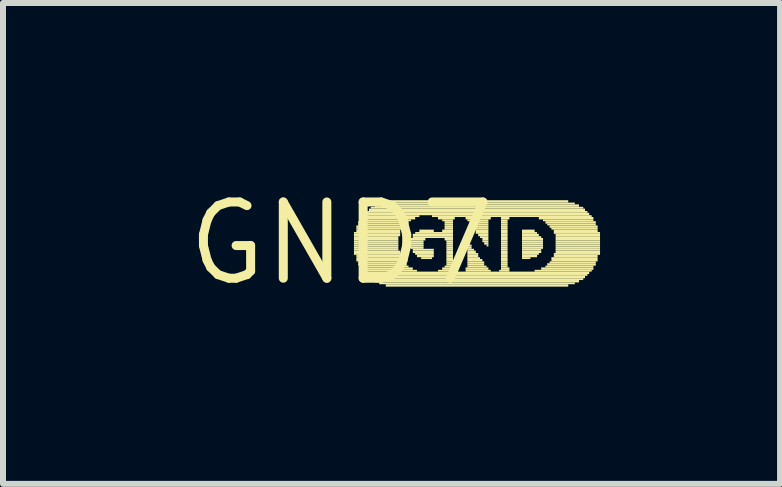
<source format=kicad_pcb>
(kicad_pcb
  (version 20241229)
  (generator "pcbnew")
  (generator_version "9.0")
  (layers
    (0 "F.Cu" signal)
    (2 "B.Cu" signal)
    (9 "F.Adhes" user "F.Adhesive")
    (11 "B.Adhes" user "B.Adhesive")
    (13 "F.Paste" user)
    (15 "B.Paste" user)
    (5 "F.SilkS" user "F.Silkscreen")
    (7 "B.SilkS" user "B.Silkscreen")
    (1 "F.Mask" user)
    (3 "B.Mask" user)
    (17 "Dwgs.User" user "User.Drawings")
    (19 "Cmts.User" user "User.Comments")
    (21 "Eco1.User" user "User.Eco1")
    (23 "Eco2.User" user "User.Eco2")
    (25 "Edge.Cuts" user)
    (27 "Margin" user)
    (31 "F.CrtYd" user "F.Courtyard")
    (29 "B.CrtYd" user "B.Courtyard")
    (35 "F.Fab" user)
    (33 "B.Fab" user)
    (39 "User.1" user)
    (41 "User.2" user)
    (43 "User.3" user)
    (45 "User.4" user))
  (footprint "GND7"
    (layer "F.Cu")
    (at 2.638 1.006)
    (property "Reference" "GND7" (at 0 0 0) (layer "F.SilkS") (effects (font (size 1.27 1.27) (thickness 0.15))))
    (fp_poly (pts (xy 0.21 -0.16) (xy 0.98 -0.16) (xy 0.98 -0.19) (xy 0.21 -0.19)) (stroke (width 0) (type solid)) (fill yes) (layer "F.SilkS"))
    (fp_poly (pts (xy 0.21 -0.12) (xy 0.98 -0.12) (xy 0.98 -0.16) (xy 0.21 -0.16)) (stroke (width 0) (type solid)) (fill yes) (layer "F.SilkS"))
    (fp_poly (pts (xy 0.21 -0.09) (xy 0.95 -0.09) (xy 0.95 -0.12) (xy 0.21 -0.12)) (stroke (width 0) (type solid)) (fill yes) (layer "F.SilkS"))
    (fp_poly (pts (xy 0.21 -0.05) (xy 0.95 -0.05) (xy 0.95 -0.09) (xy 0.21 -0.09)) (stroke (width 0) (type solid)) (fill yes) (layer "F.SilkS"))
    (fp_poly (pts (xy 0.21 -0.02) (xy 0.95 -0.02) (xy 0.95 -0.05) (xy 0.21 -0.05)) (stroke (width 0) (type solid)) (fill yes) (layer "F.SilkS"))
    (fp_poly (pts (xy 0.21 0.02) (xy 0.95 0.02) (xy 0.95 -0.02) (xy 0.21 -0.02)) (stroke (width 0) (type solid)) (fill yes) (layer "F.SilkS"))
    (fp_poly (pts (xy 0.21 0.05) (xy 0.95 0.05) (xy 0.95 0.02) (xy 0.21 0.02)) (stroke (width 0) (type solid)) (fill yes) (layer "F.SilkS"))
    (fp_poly (pts (xy 0.21 0.09) (xy 0.95 0.09) (xy 0.95 0.05) (xy 0.21 0.05)) (stroke (width 0) (type solid)) (fill yes) (layer "F.SilkS"))
    (fp_poly (pts (xy 0.21 0.12) (xy 0.95 0.12) (xy 0.95 0.09) (xy 0.21 0.09)) (stroke (width 0) (type solid)) (fill yes) (layer "F.SilkS"))
    (fp_poly (pts (xy 0.21 0.16) (xy 0.98 0.16) (xy 0.98 0.12) (xy 0.21 0.12)) (stroke (width 0) (type solid)) (fill yes) (layer "F.SilkS"))
    (fp_poly (pts (xy 0.21 0.19) (xy 0.98 0.19) (xy 0.98 0.16) (xy 0.21 0.16)) (stroke (width 0) (type solid)) (fill yes) (layer "F.SilkS"))
    (fp_poly (pts (xy 0.25 -0.26) (xy 1.05 -0.26) (xy 1.05 -0.3) (xy 0.25 -0.3)) (stroke (width 0) (type solid)) (fill yes) (layer "F.SilkS"))
    (fp_poly (pts (xy 0.25 -0.23) (xy 1.02 -0.23) (xy 1.02 -0.26) (xy 0.25 -0.26)) (stroke (width 0) (type solid)) (fill yes) (layer "F.SilkS"))
    (fp_poly (pts (xy 0.25 -0.19) (xy 0.98 -0.19) (xy 0.98 -0.23) (xy 0.25 -0.23)) (stroke (width 0) (type solid)) (fill yes) (layer "F.SilkS"))
    (fp_poly (pts (xy 0.25 0.23) (xy 0.98 0.23) (xy 0.98 0.19) (xy 0.25 0.19)) (stroke (width 0) (type solid)) (fill yes) (layer "F.SilkS"))
    (fp_poly (pts (xy 0.25 0.26) (xy 1.02 0.26) (xy 1.02 0.23) (xy 0.25 0.23)) (stroke (width 0) (type solid)) (fill yes) (layer "F.SilkS"))
    (fp_poly (pts (xy 0.25 0.3) (xy 1.02 0.3) (xy 1.02 0.26) (xy 0.25 0.26)) (stroke (width 0) (type solid)) (fill yes) (layer "F.SilkS"))
    (fp_poly (pts (xy 0.28 -0.33) (xy 1.12 -0.33) (xy 1.12 -0.37) (xy 0.28 -0.37)) (stroke (width 0) (type solid)) (fill yes) (layer "F.SilkS"))
    (fp_poly (pts (xy 0.28 -0.3) (xy 1.05 -0.3) (xy 1.05 -0.33) (xy 0.28 -0.33)) (stroke (width 0) (type solid)) (fill yes) (layer "F.SilkS"))
    (fp_poly (pts (xy 0.28 0.33) (xy 1.05 0.33) (xy 1.05 0.3) (xy 0.28 0.3)) (stroke (width 0) (type solid)) (fill yes) (layer "F.SilkS"))
    (fp_poly (pts (xy 0.28 0.37) (xy 1.09 0.37) (xy 1.09 0.33) (xy 0.28 0.33)) (stroke (width 0) (type solid)) (fill yes) (layer "F.SilkS"))
    (fp_poly (pts (xy 0.32 -0.4) (xy 1.23 -0.4) (xy 1.23 -0.44) (xy 0.32 -0.44)) (stroke (width 0) (type solid)) (fill yes) (layer "F.SilkS"))
    (fp_poly (pts (xy 0.32 -0.37) (xy 1.16 -0.37) (xy 1.16 -0.4) (xy 0.32 -0.4)) (stroke (width 0) (type solid)) (fill yes) (layer "F.SilkS"))
    (fp_poly (pts (xy 0.32 0.4) (xy 1.12 0.4) (xy 1.12 0.37) (xy 0.32 0.37)) (stroke (width 0) (type solid)) (fill yes) (layer "F.SilkS"))
    (fp_poly (pts (xy 0.32 0.44) (xy 1.19 0.44) (xy 1.19 0.4) (xy 0.32 0.4)) (stroke (width 0) (type solid)) (fill yes) (layer "F.SilkS"))
    (fp_poly (pts (xy 0.35 -0.44) (xy 1.3 -0.44) (xy 1.3 -0.47) (xy 0.35 -0.47)) (stroke (width 0) (type solid)) (fill yes) (layer "F.SilkS"))
    (fp_poly (pts (xy 0.35 0.47) (xy 1.26 0.47) (xy 1.26 0.44) (xy 0.35 0.44)) (stroke (width 0) (type solid)) (fill yes) (layer "F.SilkS"))
    (fp_poly (pts (xy 0.39 -0.47) (xy 4.13 -0.47) (xy 4.13 -0.51) (xy 0.39 -0.51)) (stroke (width 0) (type solid)) (fill yes) (layer "F.SilkS"))
    (fp_poly (pts (xy 0.39 0.51) (xy 4.13 0.51) (xy 4.13 0.47) (xy 0.39 0.47)) (stroke (width 0) (type solid)) (fill yes) (layer "F.SilkS"))
    (fp_poly (pts (xy 0.42 -0.51) (xy 4.1 -0.51) (xy 4.1 -0.54) (xy 0.42 -0.54)) (stroke (width 0) (type solid)) (fill yes) (layer "F.SilkS"))
    (fp_poly (pts (xy 0.42 0.54) (xy 4.1 0.54) (xy 4.1 0.51) (xy 0.42 0.51)) (stroke (width 0) (type solid)) (fill yes) (layer "F.SilkS"))
    (fp_poly (pts (xy 0.46 -0.54) (xy 4.06 -0.54) (xy 4.06 -0.58) (xy 0.46 -0.58)) (stroke (width 0) (type solid)) (fill yes) (layer "F.SilkS"))
    (fp_poly (pts (xy 0.46 0.58) (xy 4.06 0.58) (xy 4.06 0.54) (xy 0.46 0.54)) (stroke (width 0) (type solid)) (fill yes) (layer "F.SilkS"))
    (fp_poly (pts (xy 0.49 -0.58) (xy 4.03 -0.58) (xy 4.03 -0.61) (xy 0.49 -0.61)) (stroke (width 0) (type solid)) (fill yes) (layer "F.SilkS"))
    (fp_poly (pts (xy 0.49 0.61) (xy 4.03 0.61) (xy 4.03 0.58) (xy 0.49 0.58)) (stroke (width 0) (type solid)) (fill yes) (layer "F.SilkS"))
    (fp_poly (pts (xy 0.56 -0.61) (xy 3.96 -0.61) (xy 3.96 -0.65) (xy 0.56 -0.65)) (stroke (width 0) (type solid)) (fill yes) (layer "F.SilkS"))
    (fp_poly (pts (xy 0.56 0.65) (xy 3.96 0.65) (xy 3.96 0.61) (xy 0.56 0.61)) (stroke (width 0) (type solid)) (fill yes) (layer "F.SilkS"))
    (fp_poly (pts (xy 0.63 -0.65) (xy 3.89 -0.65) (xy 3.89 -0.68) (xy 0.63 -0.68)) (stroke (width 0) (type solid)) (fill yes) (layer "F.SilkS"))
    (fp_poly (pts (xy 0.63 0.68) (xy 3.89 0.68) (xy 3.89 0.65) (xy 0.63 0.65)) (stroke (width 0) (type solid)) (fill yes) (layer "F.SilkS"))
    (fp_poly (pts (xy 0.74 -0.68) (xy 3.78 -0.68) (xy 3.78 -0.72) (xy 0.74 -0.72)) (stroke (width 0) (type solid)) (fill yes) (layer "F.SilkS"))
    (fp_poly (pts (xy 0.74 0.72) (xy 3.78 0.72) (xy 3.78 0.68) (xy 0.74 0.68)) (stroke (width 0) (type solid)) (fill yes) (layer "F.SilkS"))
    (fp_poly (pts (xy 1.16 -0.05) (xy 1.4 -0.05) (xy 1.4 -0.09) (xy 1.16 -0.09)) (stroke (width 0) (type solid)) (fill yes) (layer "F.SilkS"))
    (fp_poly (pts (xy 1.16 -0.02) (xy 1.37 -0.02) (xy 1.37 -0.05) (xy 1.16 -0.05)) (stroke (width 0) (type solid)) (fill yes) (layer "F.SilkS"))
    (fp_poly (pts (xy 1.16 0.02) (xy 1.37 0.02) (xy 1.37 -0.02) (xy 1.16 -0.02)) (stroke (width 0) (type solid)) (fill yes) (layer "F.SilkS"))
    (fp_poly (pts (xy 1.16 0.05) (xy 1.37 0.05) (xy 1.37 0.02) (xy 1.16 0.02)) (stroke (width 0) (type solid)) (fill yes) (layer "F.SilkS"))
    (fp_poly (pts (xy 1.16 0.09) (xy 1.37 0.09) (xy 1.37 0.05) (xy 1.16 0.05)) (stroke (width 0) (type solid)) (fill yes) (layer "F.SilkS"))
    (fp_poly (pts (xy 1.19 -0.12) (xy 1.86 -0.12) (xy 1.86 -0.16) (xy 1.19 -0.16)) (stroke (width 0) (type solid)) (fill yes) (layer "F.SilkS"))
    (fp_poly (pts (xy 1.19 -0.09) (xy 1.86 -0.09) (xy 1.86 -0.12) (xy 1.19 -0.12)) (stroke (width 0) (type solid)) (fill yes) (layer "F.SilkS"))
    (fp_poly (pts (xy 1.19 0.12) (xy 1.54 0.12) (xy 1.54 0.09) (xy 1.19 0.09)) (stroke (width 0) (type solid)) (fill yes) (layer "F.SilkS"))
    (fp_poly (pts (xy 1.19 0.16) (xy 1.54 0.16) (xy 1.54 0.12) (xy 1.19 0.12)) (stroke (width 0) (type solid)) (fill yes) (layer "F.SilkS"))
    (fp_poly (pts (xy 1.23 -0.16) (xy 1.86 -0.16) (xy 1.86 -0.19) (xy 1.23 -0.19)) (stroke (width 0) (type solid)) (fill yes) (layer "F.SilkS"))
    (fp_poly (pts (xy 1.23 0.19) (xy 1.54 0.19) (xy 1.54 0.16) (xy 1.23 0.16)) (stroke (width 0) (type solid)) (fill yes) (layer "F.SilkS"))
    (fp_poly (pts (xy 1.26 0.23) (xy 1.54 0.23) (xy 1.54 0.19) (xy 1.26 0.19)) (stroke (width 0) (type solid)) (fill yes) (layer "F.SilkS"))
    (fp_poly (pts (xy 1.3 -0.19) (xy 1.54 -0.19) (xy 1.54 -0.23) (xy 1.3 -0.23)) (stroke (width 0) (type solid)) (fill yes) (layer "F.SilkS"))
    (fp_poly (pts (xy 1.33 0.26) (xy 1.51 0.26) (xy 1.51 0.23) (xy 1.33 0.23)) (stroke (width 0) (type solid)) (fill yes) (layer "F.SilkS"))
    (fp_poly (pts (xy 1.51 -0.44) (xy 4.17 -0.44) (xy 4.17 -0.47) (xy 1.51 -0.47)) (stroke (width 0) (type solid)) (fill yes) (layer "F.SilkS"))
    (fp_poly (pts (xy 1.61 -0.4) (xy 1.89 -0.4) (xy 1.89 -0.44) (xy 1.61 -0.44)) (stroke (width 0) (type solid)) (fill yes) (layer "F.SilkS"))
    (fp_poly (pts (xy 1.61 0.47) (xy 1.89 0.47) (xy 1.89 0.44) (xy 1.61 0.44)) (stroke (width 0) (type solid)) (fill yes) (layer "F.SilkS"))
    (fp_poly (pts (xy 1.68 -0.37) (xy 1.86 -0.37) (xy 1.86 -0.4) (xy 1.68 -0.4)) (stroke (width 0) (type solid)) (fill yes) (layer "F.SilkS"))
    (fp_poly (pts (xy 1.68 -0.19) (xy 1.86 -0.19) (xy 1.86 -0.23) (xy 1.68 -0.23)) (stroke (width 0) (type solid)) (fill yes) (layer "F.SilkS"))
    (fp_poly (pts (xy 1.68 0.44) (xy 1.89 0.44) (xy 1.89 0.4) (xy 1.68 0.4)) (stroke (width 0) (type solid)) (fill yes) (layer "F.SilkS"))
    (fp_poly (pts (xy 1.72 -0.33) (xy 1.86 -0.33) (xy 1.86 -0.37) (xy 1.72 -0.37)) (stroke (width 0) (type solid)) (fill yes) (layer "F.SilkS"))
    (fp_poly (pts (xy 1.72 -0.3) (xy 1.86 -0.3) (xy 1.86 -0.33) (xy 1.72 -0.33)) (stroke (width 0) (type solid)) (fill yes) (layer "F.SilkS"))
    (fp_poly (pts (xy 1.72 -0.26) (xy 1.86 -0.26) (xy 1.86 -0.3) (xy 1.72 -0.3)) (stroke (width 0) (type solid)) (fill yes) (layer "F.SilkS"))
    (fp_poly (pts (xy 1.72 -0.23) (xy 1.86 -0.23) (xy 1.86 -0.26) (xy 1.72 -0.26)) (stroke (width 0) (type solid)) (fill yes) (layer "F.SilkS"))
    (fp_poly (pts (xy 1.72 -0.05) (xy 1.86 -0.05) (xy 1.86 -0.09) (xy 1.72 -0.09)) (stroke (width 0) (type solid)) (fill yes) (layer "F.SilkS"))
    (fp_poly (pts (xy 1.72 0.4) (xy 1.86 0.4) (xy 1.86 0.37) (xy 1.72 0.37)) (stroke (width 0) (type solid)) (fill yes) (layer "F.SilkS"))
    (fp_poly (pts (xy 1.75 -0.02) (xy 1.86 -0.02) (xy 1.86 -0.05) (xy 1.75 -0.05)) (stroke (width 0) (type solid)) (fill yes) (layer "F.SilkS"))
    (fp_poly (pts (xy 1.75 0.02) (xy 1.86 0.02) (xy 1.86 -0.02) (xy 1.75 -0.02)) (stroke (width 0) (type solid)) (fill yes) (layer "F.SilkS"))
    (fp_poly (pts (xy 1.75 0.05) (xy 1.86 0.05) (xy 1.86 0.02) (xy 1.75 0.02)) (stroke (width 0) (type solid)) (fill yes) (layer "F.SilkS"))
    (fp_poly (pts (xy 1.75 0.09) (xy 1.86 0.09) (xy 1.86 0.05) (xy 1.75 0.05)) (stroke (width 0) (type solid)) (fill yes) (layer "F.SilkS"))
    (fp_poly (pts (xy 1.75 0.12) (xy 1.86 0.12) (xy 1.86 0.09) (xy 1.75 0.09)) (stroke (width 0) (type solid)) (fill yes) (layer "F.SilkS"))
    (fp_poly (pts (xy 1.75 0.16) (xy 1.86 0.16) (xy 1.86 0.12) (xy 1.75 0.12)) (stroke (width 0) (type solid)) (fill yes) (layer "F.SilkS"))
    (fp_poly (pts (xy 1.75 0.19) (xy 1.86 0.19) (xy 1.86 0.16) (xy 1.75 0.16)) (stroke (width 0) (type solid)) (fill yes) (layer "F.SilkS"))
    (fp_poly (pts (xy 1.75 0.23) (xy 1.86 0.23) (xy 1.86 0.19) (xy 1.75 0.19)) (stroke (width 0) (type solid)) (fill yes) (layer "F.SilkS"))
    (fp_poly (pts (xy 1.75 0.26) (xy 1.86 0.26) (xy 1.86 0.23) (xy 1.75 0.23)) (stroke (width 0) (type solid)) (fill yes) (layer "F.SilkS"))
    (fp_poly (pts (xy 1.75 0.3) (xy 1.86 0.3) (xy 1.86 0.26) (xy 1.75 0.26)) (stroke (width 0) (type solid)) (fill yes) (layer "F.SilkS"))
    (fp_poly (pts (xy 1.75 0.33) (xy 1.86 0.33) (xy 1.86 0.3) (xy 1.75 0.3)) (stroke (width 0) (type solid)) (fill yes) (layer "F.SilkS"))
    (fp_poly (pts (xy 1.75 0.37) (xy 1.86 0.37) (xy 1.86 0.33) (xy 1.75 0.33)) (stroke (width 0) (type solid)) (fill yes) (layer "F.SilkS"))
    (fp_poly (pts (xy 2.07 -0.4) (xy 2.49 -0.4) (xy 2.49 -0.44) (xy 2.07 -0.44)) (stroke (width 0) (type solid)) (fill yes) (layer "F.SilkS"))
    (fp_poly (pts (xy 2.07 0.44) (xy 2.45 0.44) (xy 2.45 0.4) (xy 2.07 0.4)) (stroke (width 0) (type solid)) (fill yes) (layer "F.SilkS"))
    (fp_poly (pts (xy 2.07 0.47) (xy 2.49 0.47) (xy 2.49 0.44) (xy 2.07 0.44)) (stroke (width 0) (type solid)) (fill yes) (layer "F.SilkS"))
    (fp_poly (pts (xy 2.1 -0.37) (xy 2.45 -0.37) (xy 2.45 -0.4) (xy 2.1 -0.4)) (stroke (width 0) (type solid)) (fill yes) (layer "F.SilkS"))
    (fp_poly (pts (xy 2.1 0.02) (xy 2.14 0.02) (xy 2.14 -0.02) (xy 2.1 -0.02)) (stroke (width 0) (type solid)) (fill yes) (layer "F.SilkS"))
    (fp_poly (pts (xy 2.1 0.05) (xy 2.17 0.05) (xy 2.17 0.02) (xy 2.1 0.02)) (stroke (width 0) (type solid)) (fill yes) (layer "F.SilkS"))
    (fp_poly (pts (xy 2.1 0.09) (xy 2.17 0.09) (xy 2.17 0.05) (xy 2.1 0.05)) (stroke (width 0) (type solid)) (fill yes) (layer "F.SilkS"))
    (fp_poly (pts (xy 2.1 0.12) (xy 2.21 0.12) (xy 2.21 0.09) (xy 2.1 0.09)) (stroke (width 0) (type solid)) (fill yes) (layer "F.SilkS"))
    (fp_poly (pts (xy 2.1 0.16) (xy 2.24 0.16) (xy 2.24 0.12) (xy 2.1 0.12)) (stroke (width 0) (type solid)) (fill yes) (layer "F.SilkS"))
    (fp_poly (pts (xy 2.1 0.19) (xy 2.28 0.19) (xy 2.28 0.16) (xy 2.1 0.16)) (stroke (width 0) (type solid)) (fill yes) (layer "F.SilkS"))
    (fp_poly (pts (xy 2.1 0.23) (xy 2.28 0.23) (xy 2.28 0.19) (xy 2.1 0.19)) (stroke (width 0) (type solid)) (fill yes) (layer "F.SilkS"))
    (fp_poly (pts (xy 2.1 0.26) (xy 2.31 0.26) (xy 2.31 0.23) (xy 2.1 0.23)) (stroke (width 0) (type solid)) (fill yes) (layer "F.SilkS"))
    (fp_poly (pts (xy 2.1 0.3) (xy 2.35 0.3) (xy 2.35 0.26) (xy 2.1 0.26)) (stroke (width 0) (type solid)) (fill yes) (layer "F.SilkS"))
    (fp_poly (pts (xy 2.1 0.33) (xy 2.38 0.33) (xy 2.38 0.3) (xy 2.1 0.3)) (stroke (width 0) (type solid)) (fill yes) (layer "F.SilkS"))
    (fp_poly (pts (xy 2.1 0.37) (xy 2.38 0.37) (xy 2.38 0.33) (xy 2.1 0.33)) (stroke (width 0) (type solid)) (fill yes) (layer "F.SilkS"))
    (fp_poly (pts (xy 2.1 0.4) (xy 2.42 0.4) (xy 2.42 0.37) (xy 2.1 0.37)) (stroke (width 0) (type solid)) (fill yes) (layer "F.SilkS"))
    (fp_poly (pts (xy 2.14 -0.33) (xy 2.45 -0.33) (xy 2.45 -0.37) (xy 2.14 -0.37)) (stroke (width 0) (type solid)) (fill yes) (layer "F.SilkS"))
    (fp_poly (pts (xy 2.14 -0.3) (xy 2.45 -0.3) (xy 2.45 -0.33) (xy 2.14 -0.33)) (stroke (width 0) (type solid)) (fill yes) (layer "F.SilkS"))
    (fp_poly (pts (xy 2.17 -0.26) (xy 2.45 -0.26) (xy 2.45 -0.3) (xy 2.17 -0.3)) (stroke (width 0) (type solid)) (fill yes) (layer "F.SilkS"))
    (fp_poly (pts (xy 2.21 -0.23) (xy 2.45 -0.23) (xy 2.45 -0.26) (xy 2.21 -0.26)) (stroke (width 0) (type solid)) (fill yes) (layer "F.SilkS"))
    (fp_poly (pts (xy 2.24 -0.19) (xy 2.45 -0.19) (xy 2.45 -0.23) (xy 2.24 -0.23)) (stroke (width 0) (type solid)) (fill yes) (layer "F.SilkS"))
    (fp_poly (pts (xy 2.24 -0.16) (xy 2.45 -0.16) (xy 2.45 -0.19) (xy 2.24 -0.19)) (stroke (width 0) (type solid)) (fill yes) (layer "F.SilkS"))
    (fp_poly (pts (xy 2.28 -0.12) (xy 2.45 -0.12) (xy 2.45 -0.16) (xy 2.28 -0.16)) (stroke (width 0) (type solid)) (fill yes) (layer "F.SilkS"))
    (fp_poly (pts (xy 2.31 -0.09) (xy 2.45 -0.09) (xy 2.45 -0.12) (xy 2.31 -0.12)) (stroke (width 0) (type solid)) (fill yes) (layer "F.SilkS"))
    (fp_poly (pts (xy 2.35 -0.05) (xy 2.45 -0.05) (xy 2.45 -0.09) (xy 2.35 -0.09)) (stroke (width 0) (type solid)) (fill yes) (layer "F.SilkS"))
    (fp_poly (pts (xy 2.35 -0.02) (xy 2.45 -0.02) (xy 2.45 -0.05) (xy 2.35 -0.05)) (stroke (width 0) (type solid)) (fill yes) (layer "F.SilkS"))
    (fp_poly (pts (xy 2.38 0.02) (xy 2.45 0.02) (xy 2.45 -0.02) (xy 2.38 -0.02)) (stroke (width 0) (type solid)) (fill yes) (layer "F.SilkS"))
    (fp_poly (pts (xy 2.42 0.05) (xy 2.45 0.05) (xy 2.45 0.02) (xy 2.42 0.02)) (stroke (width 0) (type solid)) (fill yes) (layer "F.SilkS"))
    (fp_poly (pts (xy 2.63 0.47) (xy 2.8 0.47) (xy 2.8 0.44) (xy 2.63 0.44)) (stroke (width 0) (type solid)) (fill yes) (layer "F.SilkS"))
    (fp_poly (pts (xy 2.66 -0.4) (xy 2.8 -0.4) (xy 2.8 -0.44) (xy 2.66 -0.44)) (stroke (width 0) (type solid)) (fill yes) (layer "F.SilkS"))
    (fp_poly (pts (xy 2.66 -0.37) (xy 2.77 -0.37) (xy 2.77 -0.4) (xy 2.66 -0.4)) (stroke (width 0) (type solid)) (fill yes) (layer "F.SilkS"))
    (fp_poly (pts (xy 2.66 -0.33) (xy 2.77 -0.33) (xy 2.77 -0.37) (xy 2.66 -0.37)) (stroke (width 0) (type solid)) (fill yes) (layer "F.SilkS"))
    (fp_poly (pts (xy 2.66 -0.3) (xy 2.77 -0.3) (xy 2.77 -0.33) (xy 2.66 -0.33)) (stroke (width 0) (type solid)) (fill yes) (layer "F.SilkS"))
    (fp_poly (pts (xy 2.66 -0.26) (xy 2.77 -0.26) (xy 2.77 -0.3) (xy 2.66 -0.3)) (stroke (width 0) (type solid)) (fill yes) (layer "F.SilkS"))
    (fp_poly (pts (xy 2.66 -0.23) (xy 2.77 -0.23) (xy 2.77 -0.26) (xy 2.66 -0.26)) (stroke (width 0) (type solid)) (fill yes) (layer "F.SilkS"))
    (fp_poly (pts (xy 2.66 -0.19) (xy 2.77 -0.19) (xy 2.77 -0.23) (xy 2.66 -0.23)) (stroke (width 0) (type solid)) (fill yes) (layer "F.SilkS"))
    (fp_poly (pts (xy 2.66 -0.16) (xy 2.77 -0.16) (xy 2.77 -0.19) (xy 2.66 -0.19)) (stroke (width 0) (type solid)) (fill yes) (layer "F.SilkS"))
    (fp_poly (pts (xy 2.66 -0.12) (xy 2.77 -0.12) (xy 2.77 -0.16) (xy 2.66 -0.16)) (stroke (width 0) (type solid)) (fill yes) (layer "F.SilkS"))
    (fp_poly (pts (xy 2.66 -0.09) (xy 2.77 -0.09) (xy 2.77 -0.12) (xy 2.66 -0.12)) (stroke (width 0) (type solid)) (fill yes) (layer "F.SilkS"))
    (fp_poly (pts (xy 2.66 -0.05) (xy 2.77 -0.05) (xy 2.77 -0.09) (xy 2.66 -0.09)) (stroke (width 0) (type solid)) (fill yes) (layer "F.SilkS"))
    (fp_poly (pts (xy 2.66 -0.02) (xy 2.77 -0.02) (xy 2.77 -0.05) (xy 2.66 -0.05)) (stroke (width 0) (type solid)) (fill yes) (layer "F.SilkS"))
    (fp_poly (pts (xy 2.66 0.02) (xy 2.77 0.02) (xy 2.77 -0.02) (xy 2.66 -0.02)) (stroke (width 0) (type solid)) (fill yes) (layer "F.SilkS"))
    (fp_poly (pts (xy 2.66 0.05) (xy 2.77 0.05) (xy 2.77 0.02) (xy 2.66 0.02)) (stroke (width 0) (type solid)) (fill yes) (layer "F.SilkS"))
    (fp_poly (pts (xy 2.66 0.09) (xy 2.77 0.09) (xy 2.77 0.05) (xy 2.66 0.05)) (stroke (width 0) (type solid)) (fill yes) (layer "F.SilkS"))
    (fp_poly (pts (xy 2.66 0.12) (xy 2.77 0.12) (xy 2.77 0.09) (xy 2.66 0.09)) (stroke (width 0) (type solid)) (fill yes) (layer "F.SilkS"))
    (fp_poly (pts (xy 2.66 0.16) (xy 2.77 0.16) (xy 2.77 0.12) (xy 2.66 0.12)) (stroke (width 0) (type solid)) (fill yes) (layer "F.SilkS"))
    (fp_poly (pts (xy 2.66 0.19) (xy 2.77 0.19) (xy 2.77 0.16) (xy 2.66 0.16)) (stroke (width 0) (type solid)) (fill yes) (layer "F.SilkS"))
    (fp_poly (pts (xy 2.66 0.23) (xy 2.77 0.23) (xy 2.77 0.19) (xy 2.66 0.19)) (stroke (width 0) (type solid)) (fill yes) (layer "F.SilkS"))
    (fp_poly (pts (xy 2.66 0.26) (xy 2.77 0.26) (xy 2.77 0.23) (xy 2.66 0.23)) (stroke (width 0) (type solid)) (fill yes) (layer "F.SilkS"))
    (fp_poly (pts (xy 2.66 0.3) (xy 2.77 0.3) (xy 2.77 0.26) (xy 2.66 0.26)) (stroke (width 0) (type solid)) (fill yes) (layer "F.SilkS"))
    (fp_poly (pts (xy 2.66 0.33) (xy 2.77 0.33) (xy 2.77 0.3) (xy 2.66 0.3)) (stroke (width 0) (type solid)) (fill yes) (layer "F.SilkS"))
    (fp_poly (pts (xy 2.66 0.37) (xy 2.77 0.37) (xy 2.77 0.33) (xy 2.66 0.33)) (stroke (width 0) (type solid)) (fill yes) (layer "F.SilkS"))
    (fp_poly (pts (xy 2.66 0.4) (xy 2.77 0.4) (xy 2.77 0.37) (xy 2.66 0.37)) (stroke (width 0) (type solid)) (fill yes) (layer "F.SilkS"))
    (fp_poly (pts (xy 2.66 0.44) (xy 2.8 0.44) (xy 2.8 0.4) (xy 2.66 0.4)) (stroke (width 0) (type solid)) (fill yes) (layer "F.SilkS"))
    (fp_poly (pts (xy 3.01 -0.19) (xy 3.22 -0.19) (xy 3.22 -0.23) (xy 3.01 -0.23)) (stroke (width 0) (type solid)) (fill yes) (layer "F.SilkS"))
    (fp_poly (pts (xy 3.01 -0.16) (xy 3.26 -0.16) (xy 3.26 -0.19) (xy 3.01 -0.19)) (stroke (width 0) (type solid)) (fill yes) (layer "F.SilkS"))
    (fp_poly (pts (xy 3.01 -0.12) (xy 3.29 -0.12) (xy 3.29 -0.16) (xy 3.01 -0.16)) (stroke (width 0) (type solid)) (fill yes) (layer "F.SilkS"))
    (fp_poly (pts (xy 3.01 -0.09) (xy 3.33 -0.09) (xy 3.33 -0.12) (xy 3.01 -0.12)) (stroke (width 0) (type solid)) (fill yes) (layer "F.SilkS"))
    (fp_poly (pts (xy 3.01 -0.05) (xy 3.36 -0.05) (xy 3.36 -0.09) (xy 3.01 -0.09)) (stroke (width 0) (type solid)) (fill yes) (layer "F.SilkS"))
    (fp_poly (pts (xy 3.01 -0.02) (xy 3.36 -0.02) (xy 3.36 -0.05) (xy 3.01 -0.05)) (stroke (width 0) (type solid)) (fill yes) (layer "F.SilkS"))
    (fp_poly (pts (xy 3.01 0.02) (xy 3.36 0.02) (xy 3.36 -0.02) (xy 3.01 -0.02)) (stroke (width 0) (type solid)) (fill yes) (layer "F.SilkS"))
    (fp_poly (pts (xy 3.01 0.05) (xy 3.36 0.05) (xy 3.36 0.02) (xy 3.01 0.02)) (stroke (width 0) (type solid)) (fill yes) (layer "F.SilkS"))
    (fp_poly (pts (xy 3.01 0.09) (xy 3.36 0.09) (xy 3.36 0.05) (xy 3.01 0.05)) (stroke (width 0) (type solid)) (fill yes) (layer "F.SilkS"))
    (fp_poly (pts (xy 3.01 0.12) (xy 3.33 0.12) (xy 3.33 0.09) (xy 3.01 0.09)) (stroke (width 0) (type solid)) (fill yes) (layer "F.SilkS"))
    (fp_poly (pts (xy 3.01 0.16) (xy 3.33 0.16) (xy 3.33 0.12) (xy 3.01 0.12)) (stroke (width 0) (type solid)) (fill yes) (layer "F.SilkS"))
    (fp_poly (pts (xy 3.01 0.19) (xy 3.29 0.19) (xy 3.29 0.16) (xy 3.01 0.16)) (stroke (width 0) (type solid)) (fill yes) (layer "F.SilkS"))
    (fp_poly (pts (xy 3.01 0.23) (xy 3.26 0.23) (xy 3.26 0.19) (xy 3.01 0.19)) (stroke (width 0) (type solid)) (fill yes) (layer "F.SilkS"))
    (fp_poly (pts (xy 3.01 0.26) (xy 3.15 0.26) (xy 3.15 0.23) (xy 3.01 0.23)) (stroke (width 0) (type solid)) (fill yes) (layer "F.SilkS"))
    (fp_poly (pts (xy 3.22 0.47) (xy 4.17 0.47) (xy 4.17 0.44) (xy 3.22 0.44)) (stroke (width 0) (type solid)) (fill yes) (layer "F.SilkS"))
    (fp_poly (pts (xy 3.29 -0.4) (xy 4.2 -0.4) (xy 4.2 -0.44) (xy 3.29 -0.44)) (stroke (width 0) (type solid)) (fill yes) (layer "F.SilkS"))
    (fp_poly (pts (xy 3.33 0.44) (xy 4.2 0.44) (xy 4.2 0.4) (xy 3.33 0.4)) (stroke (width 0) (type solid)) (fill yes) (layer "F.SilkS"))
    (fp_poly (pts (xy 3.36 -0.37) (xy 4.2 -0.37) (xy 4.2 -0.4) (xy 3.36 -0.4)) (stroke (width 0) (type solid)) (fill yes) (layer "F.SilkS"))
    (fp_poly (pts (xy 3.4 -0.33) (xy 4.24 -0.33) (xy 4.24 -0.37) (xy 3.4 -0.37)) (stroke (width 0) (type solid)) (fill yes) (layer "F.SilkS"))
    (fp_poly (pts (xy 3.4 0.4) (xy 4.2 0.4) (xy 4.2 0.37) (xy 3.4 0.37)) (stroke (width 0) (type solid)) (fill yes) (layer "F.SilkS"))
    (fp_poly (pts (xy 3.43 -0.3) (xy 4.24 -0.3) (xy 4.24 -0.33) (xy 3.43 -0.33)) (stroke (width 0) (type solid)) (fill yes) (layer "F.SilkS"))
    (fp_poly (pts (xy 3.43 0.37) (xy 4.24 0.37) (xy 4.24 0.33) (xy 3.43 0.33)) (stroke (width 0) (type solid)) (fill yes) (layer "F.SilkS"))
    (fp_poly (pts (xy 3.47 -0.26) (xy 4.27 -0.26) (xy 4.27 -0.3) (xy 3.47 -0.3)) (stroke (width 0) (type solid)) (fill yes) (layer "F.SilkS"))
    (fp_poly (pts (xy 3.47 0.33) (xy 4.24 0.33) (xy 4.24 0.3) (xy 3.47 0.3)) (stroke (width 0) (type solid)) (fill yes) (layer "F.SilkS"))
    (fp_poly (pts (xy 3.5 -0.23) (xy 4.27 -0.23) (xy 4.27 -0.26) (xy 3.5 -0.26)) (stroke (width 0) (type solid)) (fill yes) (layer "F.SilkS"))
    (fp_poly (pts (xy 3.5 0.26) (xy 4.27 0.26) (xy 4.27 0.23) (xy 3.5 0.23)) (stroke (width 0) (type solid)) (fill yes) (layer "F.SilkS"))
    (fp_poly (pts (xy 3.5 0.3) (xy 4.27 0.3) (xy 4.27 0.26) (xy 3.5 0.26)) (stroke (width 0) (type solid)) (fill yes) (layer "F.SilkS"))
    (fp_poly (pts (xy 3.54 -0.19) (xy 4.27 -0.19) (xy 4.27 -0.23) (xy 3.54 -0.23)) (stroke (width 0) (type solid)) (fill yes) (layer "F.SilkS"))
    (fp_poly (pts (xy 3.54 -0.16) (xy 4.31 -0.16) (xy 4.31 -0.19) (xy 3.54 -0.19)) (stroke (width 0) (type solid)) (fill yes) (layer "F.SilkS"))
    (fp_poly (pts (xy 3.54 0.19) (xy 4.31 0.19) (xy 4.31 0.16) (xy 3.54 0.16)) (stroke (width 0) (type solid)) (fill yes) (layer "F.SilkS"))
    (fp_poly (pts (xy 3.54 0.23) (xy 4.27 0.23) (xy 4.27 0.19) (xy 3.54 0.19)) (stroke (width 0) (type solid)) (fill yes) (layer "F.SilkS"))
    (fp_poly (pts (xy 3.57 -0.12) (xy 4.31 -0.12) (xy 4.31 -0.16) (xy 3.57 -0.16)) (stroke (width 0) (type solid)) (fill yes) (layer "F.SilkS"))
    (fp_poly (pts (xy 3.57 -0.09) (xy 4.31 -0.09) (xy 4.31 -0.12) (xy 3.57 -0.12)) (stroke (width 0) (type solid)) (fill yes) (layer "F.SilkS"))
    (fp_poly (pts (xy 3.57 -0.05) (xy 4.31 -0.05) (xy 4.31 -0.09) (xy 3.57 -0.09)) (stroke (width 0) (type solid)) (fill yes) (layer "F.SilkS"))
    (fp_poly (pts (xy 3.57 -0.02) (xy 4.31 -0.02) (xy 4.31 -0.05) (xy 3.57 -0.05)) (stroke (width 0) (type solid)) (fill yes) (layer "F.SilkS"))
    (fp_poly (pts (xy 3.57 0.02) (xy 4.31 0.02) (xy 4.31 -0.02) (xy 3.57 -0.02)) (stroke (width 0) (type solid)) (fill yes) (layer "F.SilkS"))
    (fp_poly (pts (xy 3.57 0.05) (xy 4.31 0.05) (xy 4.31 0.02) (xy 3.57 0.02)) (stroke (width 0) (type solid)) (fill yes) (layer "F.SilkS"))
    (fp_poly (pts (xy 3.57 0.09) (xy 4.31 0.09) (xy 4.31 0.05) (xy 3.57 0.05)) (stroke (width 0) (type solid)) (fill yes) (layer "F.SilkS"))
    (fp_poly (pts (xy 3.57 0.12) (xy 4.31 0.12) (xy 4.31 0.09) (xy 3.57 0.09)) (stroke (width 0) (type solid)) (fill yes) (layer "F.SilkS"))
    (fp_poly (pts (xy 3.57 0.16) (xy 4.31 0.16) (xy 4.31 0.12) (xy 3.57 0.12)) (stroke (width 0) (type solid)) (fill yes) (layer "F.SilkS")))
  (gr_rect
    (start -3 -3)
    (end 9.948 5.012)
    (stroke (width 0.1) (type default))
    (fill no)
    (layer "Edge.Cuts")))
</source>
